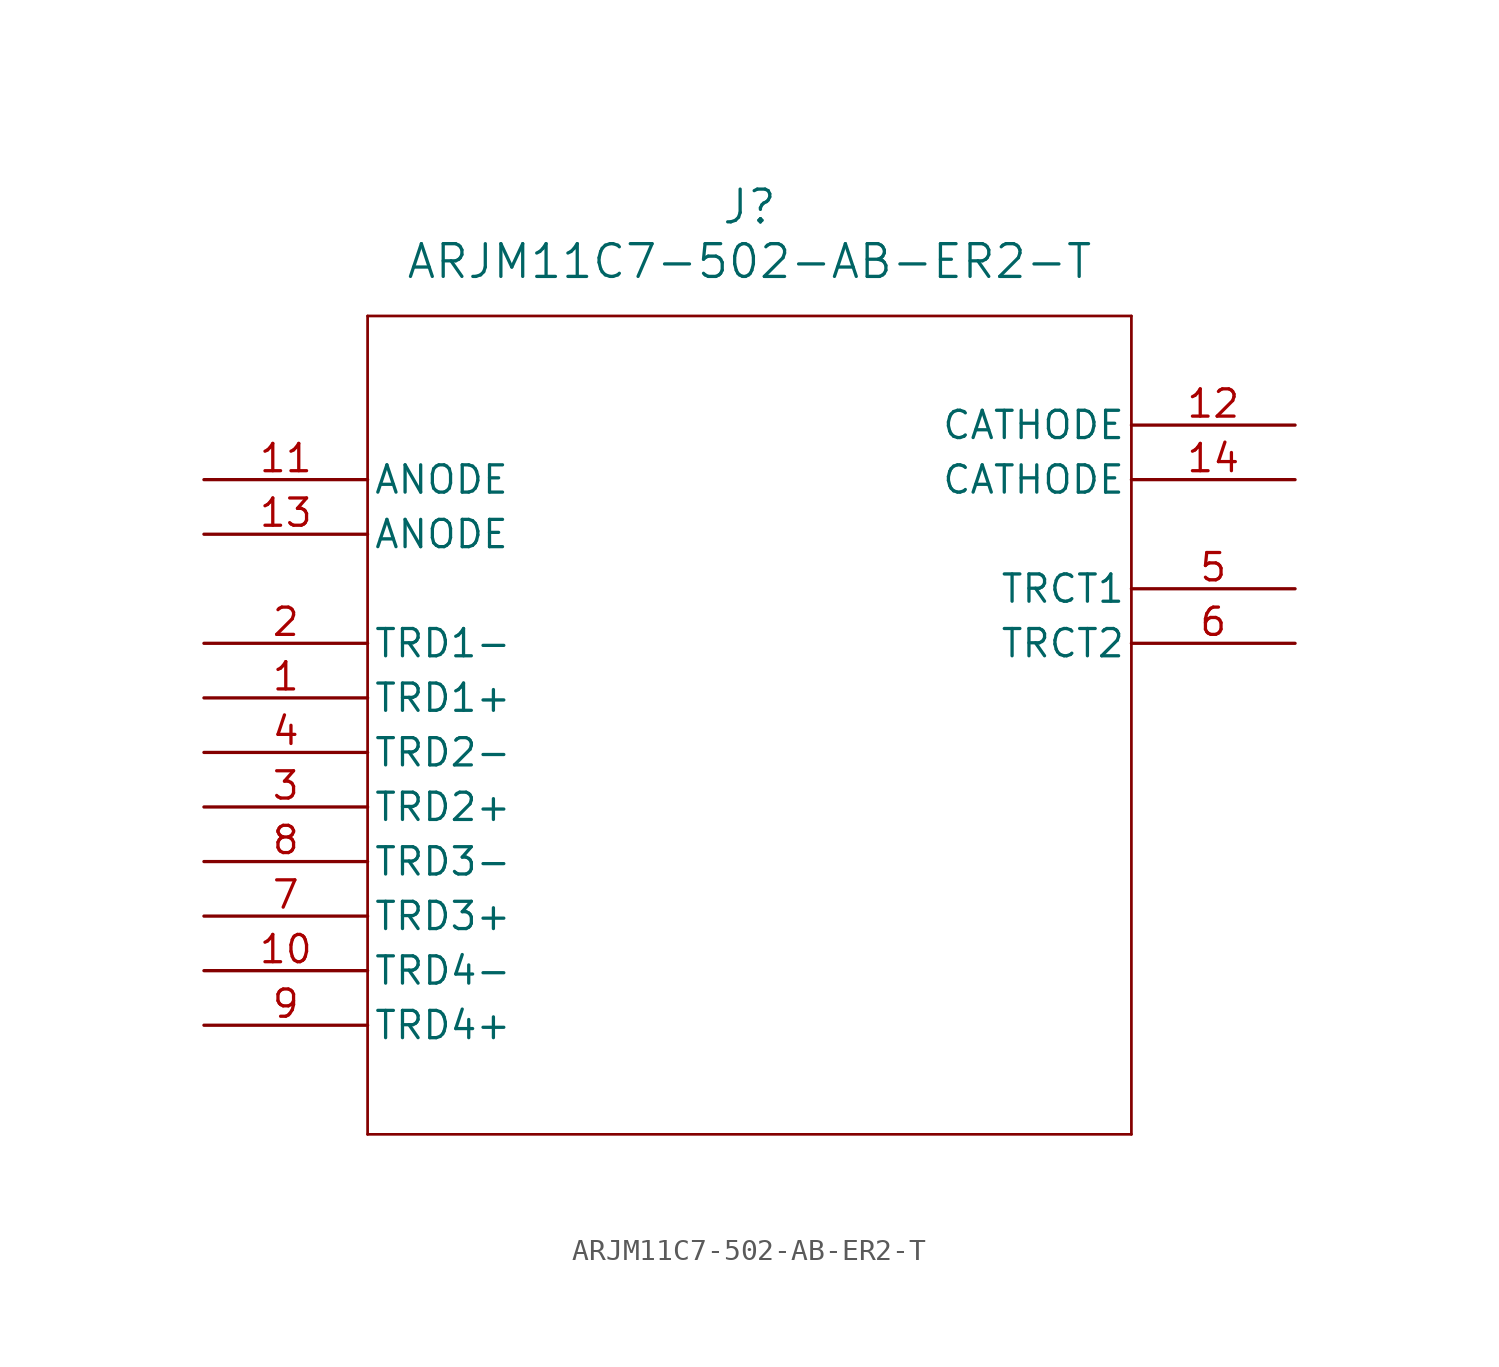
<source format=kicad_sym>
(kicad_symbol_lib
  (version 20211014)
  (generator kicad_symbol_editor)
  (symbol "ARJM11C7-502-AB-ER2-T"
    (pin_names
      (offset 0.254))
    (property "Reference" "J"
      (at 25.4 12.7 0)
      (effects (font (size 1.524 1.524))))
    (property "Value" "ARJM11C7-502-AB-ER2-T"
      (at 25.4 10.16 0)
      (effects (font (size 1.524 1.524))))
    (symbol "ARJM11C7-502-AB-ER2-T_0_1"
      (polyline (pts (xy 7.62 7.62) (xy 7.62 -30.48)) (stroke (width 0.127) (type default) (color 0 0 0 0)) (fill (type none)))
      (polyline (pts (xy 7.62 -30.48) (xy 43.18 -30.48)) (stroke (width 0.127) (type default) (color 0 0 0 0)) (fill (type none)))
      (polyline (pts (xy 43.18 -30.48) (xy 43.18 7.62)) (stroke (width 0.127) (type default) (color 0 0 0 0)) (fill (type none)))
      (polyline (pts (xy 43.18 7.62) (xy 7.62 7.62)) (stroke (width 0.127) (type default) (color 0 0 0 0)) (fill (type none)))
      (pin bidirectional line (at 0 -10.16 0) (length 7.62) (name "TRD1+" (effects (font (size 1.27 1.27)))) (number "1" (effects (font (size 1.27 1.27)))))
      (pin bidirectional line (at 0 -7.62 0) (length 7.62) (name "TRD1-" (effects (font (size 1.27 1.27)))) (number "2" (effects (font (size 1.27 1.27)))))
      (pin bidirectional line (at 0 -15.24 0) (length 7.62) (name "TRD2+" (effects (font (size 1.27 1.27)))) (number "3" (effects (font (size 1.27 1.27)))))
      (pin bidirectional line (at 0 -12.7 0) (length 7.62) (name "TRD2-" (effects (font (size 1.27 1.27)))) (number "4" (effects (font (size 1.27 1.27)))))
      (pin bidirectional line (at 50.8 -5.08 180) (length 7.62) (name "TRCT1" (effects (font (size 1.27 1.27)))) (number "5" (effects (font (size 1.27 1.27)))))
      (pin bidirectional line (at 50.8 -7.62 180) (length 7.62) (name "TRCT2" (effects (font (size 1.27 1.27)))) (number "6" (effects (font (size 1.27 1.27)))))
      (pin bidirectional line (at 0 -20.32 0) (length 7.62) (name "TRD3+" (effects (font (size 1.27 1.27)))) (number "7" (effects (font (size 1.27 1.27)))))
      (pin bidirectional line (at 0 -17.78 0) (length 7.62) (name "TRD3-" (effects (font (size 1.27 1.27)))) (number "8" (effects (font (size 1.27 1.27)))))
      (pin bidirectional line (at 0 -25.4 0) (length 7.62) (name "TRD4+" (effects (font (size 1.27 1.27)))) (number "9" (effects (font (size 1.27 1.27)))))
      (pin bidirectional line (at 0 -22.86 0) (length 7.62) (name "TRD4-" (effects (font (size 1.27 1.27)))) (number "10" (effects (font (size 1.27 1.27)))))
      (pin input line (at 0 0 0) (length 7.62) (name "ANODE" (effects (font (size 1.27 1.27)))) (number "11" (effects (font (size 1.27 1.27)))))
      (pin output line (at 50.8 2.54 180) (length 7.62) (name "CATHODE" (effects (font (size 1.27 1.27)))) (number "12" (effects (font (size 1.27 1.27)))))
      (pin input line (at 0 -2.54 0) (length 7.62) (name "ANODE" (effects (font (size 1.27 1.27)))) (number "13" (effects (font (size 1.27 1.27)))))
      (pin output line (at 50.8 0 180) (length 7.62) (name "CATHODE" (effects (font (size 1.27 1.27)))) (number "14" (effects (font (size 1.27 1.27))))))))
</source>
